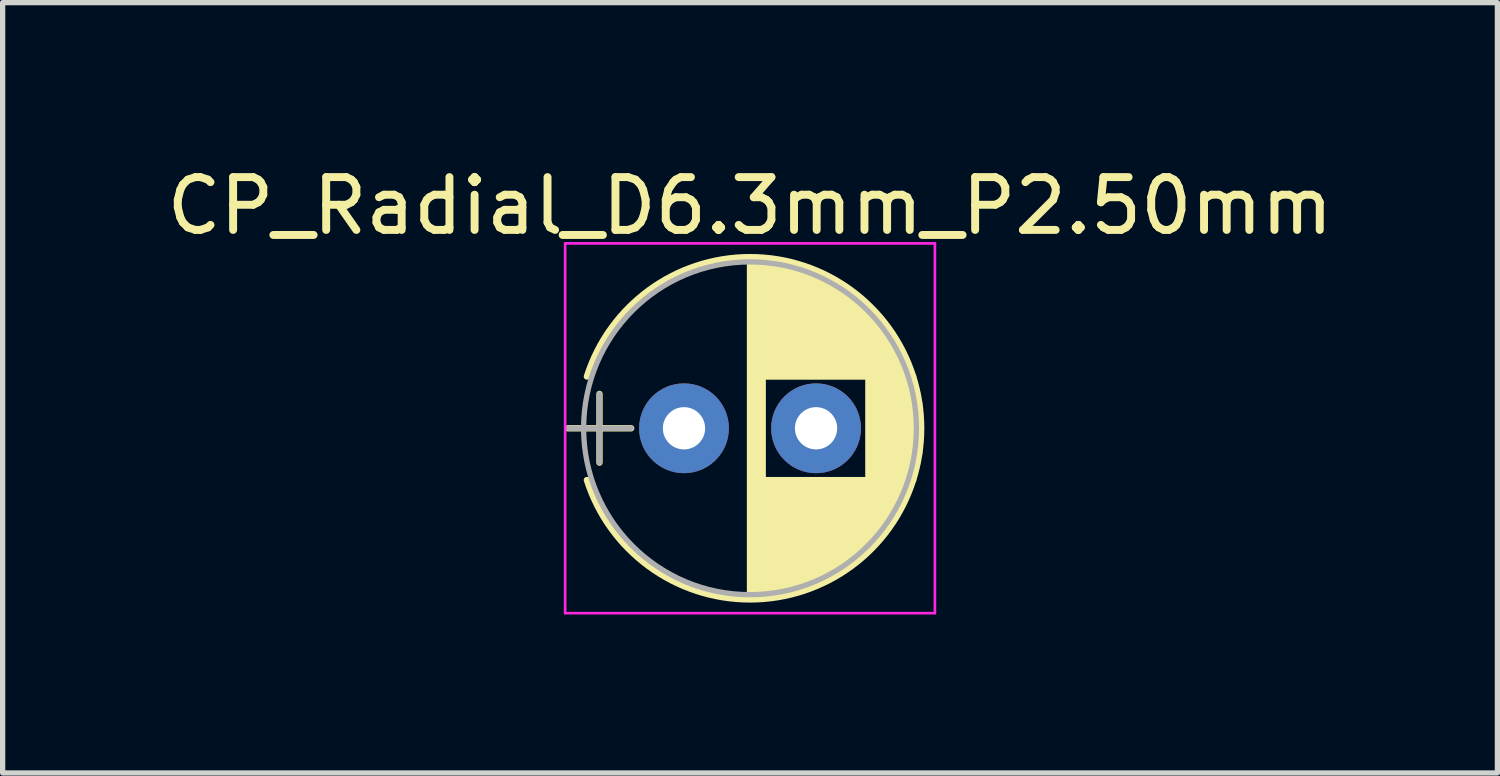
<source format=kicad_pcb>
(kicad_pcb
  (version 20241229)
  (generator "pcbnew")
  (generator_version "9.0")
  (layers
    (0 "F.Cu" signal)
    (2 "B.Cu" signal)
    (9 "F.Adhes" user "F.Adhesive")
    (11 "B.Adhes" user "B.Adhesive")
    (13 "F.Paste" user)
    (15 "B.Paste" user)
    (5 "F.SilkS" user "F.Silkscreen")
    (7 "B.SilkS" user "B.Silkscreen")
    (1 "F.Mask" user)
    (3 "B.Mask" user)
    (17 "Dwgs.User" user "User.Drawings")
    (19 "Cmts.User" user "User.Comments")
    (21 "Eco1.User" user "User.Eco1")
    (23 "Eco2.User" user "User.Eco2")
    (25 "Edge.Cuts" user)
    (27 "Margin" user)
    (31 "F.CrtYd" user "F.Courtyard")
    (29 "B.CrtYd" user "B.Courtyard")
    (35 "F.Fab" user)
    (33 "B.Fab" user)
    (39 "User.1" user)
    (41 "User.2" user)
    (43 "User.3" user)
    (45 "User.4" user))
  (footprint "CP_Radial_D6.3mm_P2.50mm"
    (layer "F.Cu")
    (at 9.899 5.058)
    (property "Reference" "CP_Radial_D6.3mm_P2.50mm" (at 1.25 -4.21 0) (layer "F.SilkS") (effects (font (size 1 1) (thickness 0.15))))
    (attr through_hole)
    (fp_line (start -2.2 0) (end -1 0) (stroke (width 0.12) (type solid)) (layer "F.SilkS"))
    (fp_line (start -1.6 -0.65) (end -1.6 0.65) (stroke (width 0.12) (type solid)) (layer "F.SilkS"))
    (fp_line (start 1.25 -3.2) (end 1.25 3.2) (stroke (width 0.12) (type solid)) (layer "F.SilkS"))
    (fp_line (start 1.29 -3.2) (end 1.29 3.2) (stroke (width 0.12) (type solid)) (layer "F.SilkS"))
    (fp_line (start 1.33 -3.2) (end 1.33 3.2) (stroke (width 0.12) (type solid)) (layer "F.SilkS"))
    (fp_line (start 1.37 -3.198) (end 1.37 3.198) (stroke (width 0.12) (type solid)) (layer "F.SilkS"))
    (fp_line (start 1.41 -3.197) (end 1.41 3.197) (stroke (width 0.12) (type solid)) (layer "F.SilkS"))
    (fp_line (start 1.45 -3.194) (end 1.45 3.194) (stroke (width 0.12) (type solid)) (layer "F.SilkS"))
    (fp_line (start 1.49 -3.192) (end 1.49 3.192) (stroke (width 0.12) (type solid)) (layer "F.SilkS"))
    (fp_line (start 1.53 -3.188) (end 1.53 -0.98) (stroke (width 0.12) (type solid)) (layer "F.SilkS"))
    (fp_line (start 1.53 0.98) (end 1.53 3.188) (stroke (width 0.12) (type solid)) (layer "F.SilkS"))
    (fp_line (start 1.57 -3.185) (end 1.57 -0.98) (stroke (width 0.12) (type solid)) (layer "F.SilkS"))
    (fp_line (start 1.57 0.98) (end 1.57 3.185) (stroke (width 0.12) (type solid)) (layer "F.SilkS"))
    (fp_line (start 1.61 -3.18) (end 1.61 -0.98) (stroke (width 0.12) (type solid)) (layer "F.SilkS"))
    (fp_line (start 1.61 0.98) (end 1.61 3.18) (stroke (width 0.12) (type solid)) (layer "F.SilkS"))
    (fp_line (start 1.65 -3.176) (end 1.65 -0.98) (stroke (width 0.12) (type solid)) (layer "F.SilkS"))
    (fp_line (start 1.65 0.98) (end 1.65 3.176) (stroke (width 0.12) (type solid)) (layer "F.SilkS"))
    (fp_line (start 1.69 -3.17) (end 1.69 -0.98) (stroke (width 0.12) (type solid)) (layer "F.SilkS"))
    (fp_line (start 1.69 0.98) (end 1.69 3.17) (stroke (width 0.12) (type solid)) (layer "F.SilkS"))
    (fp_line (start 1.73 -3.165) (end 1.73 -0.98) (stroke (width 0.12) (type solid)) (layer "F.SilkS"))
    (fp_line (start 1.73 0.98) (end 1.73 3.165) (stroke (width 0.12) (type solid)) (layer "F.SilkS"))
    (fp_line (start 1.77 -3.158) (end 1.77 -0.98) (stroke (width 0.12) (type solid)) (layer "F.SilkS"))
    (fp_line (start 1.77 0.98) (end 1.77 3.158) (stroke (width 0.12) (type solid)) (layer "F.SilkS"))
    (fp_line (start 1.81 -3.152) (end 1.81 -0.98) (stroke (width 0.12) (type solid)) (layer "F.SilkS"))
    (fp_line (start 1.81 0.98) (end 1.81 3.152) (stroke (width 0.12) (type solid)) (layer "F.SilkS"))
    (fp_line (start 1.85 -3.144) (end 1.85 -0.98) (stroke (width 0.12) (type solid)) (layer "F.SilkS"))
    (fp_line (start 1.85 0.98) (end 1.85 3.144) (stroke (width 0.12) (type solid)) (layer "F.SilkS"))
    (fp_line (start 1.89 -3.137) (end 1.89 -0.98) (stroke (width 0.12) (type solid)) (layer "F.SilkS"))
    (fp_line (start 1.89 0.98) (end 1.89 3.137) (stroke (width 0.12) (type solid)) (layer "F.SilkS"))
    (fp_line (start 1.93 -3.128) (end 1.93 -0.98) (stroke (width 0.12) (type solid)) (layer "F.SilkS"))
    (fp_line (start 1.93 0.98) (end 1.93 3.128) (stroke (width 0.12) (type solid)) (layer "F.SilkS"))
    (fp_line (start 1.971 -3.119) (end 1.971 -0.98) (stroke (width 0.12) (type solid)) (layer "F.SilkS"))
    (fp_line (start 1.971 0.98) (end 1.971 3.119) (stroke (width 0.12) (type solid)) (layer "F.SilkS"))
    (fp_line (start 2.011 -3.11) (end 2.011 -0.98) (stroke (width 0.12) (type solid)) (layer "F.SilkS"))
    (fp_line (start 2.011 0.98) (end 2.011 3.11) (stroke (width 0.12) (type solid)) (layer "F.SilkS"))
    (fp_line (start 2.051 -3.1) (end 2.051 -0.98) (stroke (width 0.12) (type solid)) (layer "F.SilkS"))
    (fp_line (start 2.051 0.98) (end 2.051 3.1) (stroke (width 0.12) (type solid)) (layer "F.SilkS"))
    (fp_line (start 2.091 -3.09) (end 2.091 -0.98) (stroke (width 0.12) (type solid)) (layer "F.SilkS"))
    (fp_line (start 2.091 0.98) (end 2.091 3.09) (stroke (width 0.12) (type solid)) (layer "F.SilkS"))
    (fp_line (start 2.131 -3.079) (end 2.131 -0.98) (stroke (width 0.12) (type solid)) (layer "F.SilkS"))
    (fp_line (start 2.131 0.98) (end 2.131 3.079) (stroke (width 0.12) (type solid)) (layer "F.SilkS"))
    (fp_line (start 2.171 -3.067) (end 2.171 -0.98) (stroke (width 0.12) (type solid)) (layer "F.SilkS"))
    (fp_line (start 2.171 0.98) (end 2.171 3.067) (stroke (width 0.12) (type solid)) (layer "F.SilkS"))
    (fp_line (start 2.211 -3.055) (end 2.211 -0.98) (stroke (width 0.12) (type solid)) (layer "F.SilkS"))
    (fp_line (start 2.211 0.98) (end 2.211 3.055) (stroke (width 0.12) (type solid)) (layer "F.SilkS"))
    (fp_line (start 2.251 -3.042) (end 2.251 -0.98) (stroke (width 0.12) (type solid)) (layer "F.SilkS"))
    (fp_line (start 2.251 0.98) (end 2.251 3.042) (stroke (width 0.12) (type solid)) (layer "F.SilkS"))
    (fp_line (start 2.291 -3.029) (end 2.291 -0.98) (stroke (width 0.12) (type solid)) (layer "F.SilkS"))
    (fp_line (start 2.291 0.98) (end 2.291 3.029) (stroke (width 0.12) (type solid)) (layer "F.SilkS"))
    (fp_line (start 2.331 -3.015) (end 2.331 -0.98) (stroke (width 0.12) (type solid)) (layer "F.SilkS"))
    (fp_line (start 2.331 0.98) (end 2.331 3.015) (stroke (width 0.12) (type solid)) (layer "F.SilkS"))
    (fp_line (start 2.371 -3.001) (end 2.371 -0.98) (stroke (width 0.12) (type solid)) (layer "F.SilkS"))
    (fp_line (start 2.371 0.98) (end 2.371 3.001) (stroke (width 0.12) (type solid)) (layer "F.SilkS"))
    (fp_line (start 2.411 -2.986) (end 2.411 -0.98) (stroke (width 0.12) (type solid)) (layer "F.SilkS"))
    (fp_line (start 2.411 0.98) (end 2.411 2.986) (stroke (width 0.12) (type solid)) (layer "F.SilkS"))
    (fp_line (start 2.451 -2.97) (end 2.451 -0.98) (stroke (width 0.12) (type solid)) (layer "F.SilkS"))
    (fp_line (start 2.451 0.98) (end 2.451 2.97) (stroke (width 0.12) (type solid)) (layer "F.SilkS"))
    (fp_line (start 2.491 -2.954) (end 2.491 -0.98) (stroke (width 0.12) (type solid)) (layer "F.SilkS"))
    (fp_line (start 2.491 0.98) (end 2.491 2.954) (stroke (width 0.12) (type solid)) (layer "F.SilkS"))
    (fp_line (start 2.531 -2.937) (end 2.531 -0.98) (stroke (width 0.12) (type solid)) (layer "F.SilkS"))
    (fp_line (start 2.531 0.98) (end 2.531 2.937) (stroke (width 0.12) (type solid)) (layer "F.SilkS"))
    (fp_line (start 2.571 -2.919) (end 2.571 -0.98) (stroke (width 0.12) (type solid)) (layer "F.SilkS"))
    (fp_line (start 2.571 0.98) (end 2.571 2.919) (stroke (width 0.12) (type solid)) (layer "F.SilkS"))
    (fp_line (start 2.611 -2.901) (end 2.611 -0.98) (stroke (width 0.12) (type solid)) (layer "F.SilkS"))
    (fp_line (start 2.611 0.98) (end 2.611 2.901) (stroke (width 0.12) (type solid)) (layer "F.SilkS"))
    (fp_line (start 2.651 -2.882) (end 2.651 -0.98) (stroke (width 0.12) (type solid)) (layer "F.SilkS"))
    (fp_line (start 2.651 0.98) (end 2.651 2.882) (stroke (width 0.12) (type solid)) (layer "F.SilkS"))
    (fp_line (start 2.691 -2.863) (end 2.691 -0.98) (stroke (width 0.12) (type solid)) (layer "F.SilkS"))
    (fp_line (start 2.691 0.98) (end 2.691 2.863) (stroke (width 0.12) (type solid)) (layer "F.SilkS"))
    (fp_line (start 2.731 -2.843) (end 2.731 -0.98) (stroke (width 0.12) (type solid)) (layer "F.SilkS"))
    (fp_line (start 2.731 0.98) (end 2.731 2.843) (stroke (width 0.12) (type solid)) (layer "F.SilkS"))
    (fp_line (start 2.771 -2.822) (end 2.771 -0.98) (stroke (width 0.12) (type solid)) (layer "F.SilkS"))
    (fp_line (start 2.771 0.98) (end 2.771 2.822) (stroke (width 0.12) (type solid)) (layer "F.SilkS"))
    (fp_line (start 2.811 -2.8) (end 2.811 -0.98) (stroke (width 0.12) (type solid)) (layer "F.SilkS"))
    (fp_line (start 2.811 0.98) (end 2.811 2.8) (stroke (width 0.12) (type solid)) (layer "F.SilkS"))
    (fp_line (start 2.851 -2.778) (end 2.851 -0.98) (stroke (width 0.12) (type solid)) (layer "F.SilkS"))
    (fp_line (start 2.851 0.98) (end 2.851 2.778) (stroke (width 0.12) (type solid)) (layer "F.SilkS"))
    (fp_line (start 2.891 -2.755) (end 2.891 -0.98) (stroke (width 0.12) (type solid)) (layer "F.SilkS"))
    (fp_line (start 2.891 0.98) (end 2.891 2.755) (stroke (width 0.12) (type solid)) (layer "F.SilkS"))
    (fp_line (start 2.931 -2.731) (end 2.931 -0.98) (stroke (width 0.12) (type solid)) (layer "F.SilkS"))
    (fp_line (start 2.931 0.98) (end 2.931 2.731) (stroke (width 0.12) (type solid)) (layer "F.SilkS"))
    (fp_line (start 2.971 -2.706) (end 2.971 -0.98) (stroke (width 0.12) (type solid)) (layer "F.SilkS"))
    (fp_line (start 2.971 0.98) (end 2.971 2.706) (stroke (width 0.12) (type solid)) (layer "F.SilkS"))
    (fp_line (start 3.011 -2.681) (end 3.011 -0.98) (stroke (width 0.12) (type solid)) (layer "F.SilkS"))
    (fp_line (start 3.011 0.98) (end 3.011 2.681) (stroke (width 0.12) (type solid)) (layer "F.SilkS"))
    (fp_line (start 3.051 -2.654) (end 3.051 -0.98) (stroke (width 0.12) (type solid)) (layer "F.SilkS"))
    (fp_line (start 3.051 0.98) (end 3.051 2.654) (stroke (width 0.12) (type solid)) (layer "F.SilkS"))
    (fp_line (start 3.091 -2.627) (end 3.091 -0.98) (stroke (width 0.12) (type solid)) (layer "F.SilkS"))
    (fp_line (start 3.091 0.98) (end 3.091 2.627) (stroke (width 0.12) (type solid)) (layer "F.SilkS"))
    (fp_line (start 3.131 -2.599) (end 3.131 -0.98) (stroke (width 0.12) (type solid)) (layer "F.SilkS"))
    (fp_line (start 3.131 0.98) (end 3.131 2.599) (stroke (width 0.12) (type solid)) (layer "F.SilkS"))
    (fp_line (start 3.171 -2.57) (end 3.171 -0.98) (stroke (width 0.12) (type solid)) (layer "F.SilkS"))
    (fp_line (start 3.171 0.98) (end 3.171 2.57) (stroke (width 0.12) (type solid)) (layer "F.SilkS"))
    (fp_line (start 3.211 -2.54) (end 3.211 -0.98) (stroke (width 0.12) (type solid)) (layer "F.SilkS"))
    (fp_line (start 3.211 0.98) (end 3.211 2.54) (stroke (width 0.12) (type solid)) (layer "F.SilkS"))
    (fp_line (start 3.251 -2.51) (end 3.251 -0.98) (stroke (width 0.12) (type solid)) (layer "F.SilkS"))
    (fp_line (start 3.251 0.98) (end 3.251 2.51) (stroke (width 0.12) (type solid)) (layer "F.SilkS"))
    (fp_line (start 3.291 -2.478) (end 3.291 -0.98) (stroke (width 0.12) (type solid)) (layer "F.SilkS"))
    (fp_line (start 3.291 0.98) (end 3.291 2.478) (stroke (width 0.12) (type solid)) (layer "F.SilkS"))
    (fp_line (start 3.331 -2.445) (end 3.331 -0.98) (stroke (width 0.12) (type solid)) (layer "F.SilkS"))
    (fp_line (start 3.331 0.98) (end 3.331 2.445) (stroke (width 0.12) (type solid)) (layer "F.SilkS"))
    (fp_line (start 3.371 -2.411) (end 3.371 -0.98) (stroke (width 0.12) (type solid)) (layer "F.SilkS"))
    (fp_line (start 3.371 0.98) (end 3.371 2.411) (stroke (width 0.12) (type solid)) (layer "F.SilkS"))
    (fp_line (start 3.411 -2.375) (end 3.411 -0.98) (stroke (width 0.12) (type solid)) (layer "F.SilkS"))
    (fp_line (start 3.411 0.98) (end 3.411 2.375) (stroke (width 0.12) (type solid)) (layer "F.SilkS"))
    (fp_line (start 3.451 -2.339) (end 3.451 -0.98) (stroke (width 0.12) (type solid)) (layer "F.SilkS"))
    (fp_line (start 3.451 0.98) (end 3.451 2.339) (stroke (width 0.12) (type solid)) (layer "F.SilkS"))
    (fp_line (start 3.491 -2.301) (end 3.491 2.301) (stroke (width 0.12) (type solid)) (layer "F.SilkS"))
    (fp_line (start 3.531 -2.262) (end 3.531 2.262) (stroke (width 0.12) (type solid)) (layer "F.SilkS"))
    (fp_line (start 3.571 -2.222) (end 3.571 2.222) (stroke (width 0.12) (type solid)) (layer "F.SilkS"))
    (fp_line (start 3.611 -2.18) (end 3.611 2.18) (stroke (width 0.12) (type solid)) (layer "F.SilkS"))
    (fp_line (start 3.651 -2.137) (end 3.651 2.137) (stroke (width 0.12) (type solid)) (layer "F.SilkS"))
    (fp_line (start 3.691 -2.092) (end 3.691 2.092) (stroke (width 0.12) (type solid)) (layer "F.SilkS"))
    (fp_line (start 3.731 -2.045) (end 3.731 2.045) (stroke (width 0.12) (type solid)) (layer "F.SilkS"))
    (fp_line (start 3.771 -1.997) (end 3.771 1.997) (stroke (width 0.12) (type solid)) (layer "F.SilkS"))
    (fp_line (start 3.811 -1.946) (end 3.811 1.946) (stroke (width 0.12) (type solid)) (layer "F.SilkS"))
    (fp_line (start 3.851 -1.894) (end 3.851 1.894) (stroke (width 0.12) (type solid)) (layer "F.SilkS"))
    (fp_line (start 3.891 -1.839) (end 3.891 1.839) (stroke (width 0.12) (type solid)) (layer "F.SilkS"))
    (fp_line (start 3.931 -1.781) (end 3.931 1.781) (stroke (width 0.12) (type solid)) (layer "F.SilkS"))
    (fp_line (start 3.971 -1.721) (end 3.971 1.721) (stroke (width 0.12) (type solid)) (layer "F.SilkS"))
    (fp_line (start 4.011 -1.658) (end 4.011 1.658) (stroke (width 0.12) (type solid)) (layer "F.SilkS"))
    (fp_line (start 4.051 -1.591) (end 4.051 1.591) (stroke (width 0.12) (type solid)) (layer "F.SilkS"))
    (fp_line (start 4.091 -1.52) (end 4.091 1.52) (stroke (width 0.12) (type solid)) (layer "F.SilkS"))
    (fp_line (start 4.131 -1.445) (end 4.131 1.445) (stroke (width 0.12) (type solid)) (layer "F.SilkS"))
    (fp_line (start 4.171 -1.364) (end 4.171 1.364) (stroke (width 0.12) (type solid)) (layer "F.SilkS"))
    (fp_line (start 4.211 -1.278) (end 4.211 1.278) (stroke (width 0.12) (type solid)) (layer "F.SilkS"))
    (fp_line (start 4.251 -1.184) (end 4.251 1.184) (stroke (width 0.12) (type solid)) (layer "F.SilkS"))
    (fp_line (start 4.291 -1.081) (end 4.291 1.081) (stroke (width 0.12) (type solid)) (layer "F.SilkS"))
    (fp_line (start 4.331 -0.966) (end 4.331 0.966) (stroke (width 0.12) (type solid)) (layer "F.SilkS"))
    (fp_line (start 4.371 -0.834) (end 4.371 0.834) (stroke (width 0.12) (type solid)) (layer "F.SilkS"))
    (fp_line (start 4.411 -0.676) (end 4.411 0.676) (stroke (width 0.12) (type solid)) (layer "F.SilkS"))
    (fp_line (start 4.451 -0.468) (end 4.451 0.468) (stroke (width 0.12) (type solid)) (layer "F.SilkS"))
    (fp_arc (start -1.838236 -0.98) (mid 1.250337 -3.24) (end 4.33844 -0.979357) (stroke (width 0.12) (type solid)) (layer "F.SilkS"))
    (fp_arc (start 4.338236 -0.98) (mid 4.49 -0.000337) (end 4.33844 0.979357) (stroke (width 0.12) (type solid)) (layer "F.SilkS"))
    (fp_arc (start 4.33844 0.979357) (mid 1.250337 3.24) (end -1.838236 0.98) (stroke (width 0.12) (type solid)) (layer "F.SilkS"))
    (fp_line (start -2.25 -3.5) (end -2.25 3.5) (stroke (width 0.05) (type solid)) (layer "F.CrtYd"))
    (fp_line (start -2.25 3.5) (end 4.75 3.5) (stroke (width 0.05) (type solid)) (layer "F.CrtYd"))
    (fp_line (start 4.75 -3.5) (end -2.25 -3.5) (stroke (width 0.05) (type solid)) (layer "F.CrtYd"))
    (fp_line (start 4.75 3.5) (end 4.75 -3.5) (stroke (width 0.05) (type solid)) (layer "F.CrtYd"))
    (fp_line (start -2.2 0) (end -1 0) (stroke (width 0.1) (type solid)) (layer "F.Fab"))
    (fp_line (start -1.6 -0.65) (end -1.6 0.65) (stroke (width 0.1) (type solid)) (layer "F.Fab"))
    (fp_circle (center 1.25 0) (end 4.4 0) (stroke (width 0.1) (type solid)) (fill no) (layer "F.Fab"))
    (pad "1" thru_hole circle (at 0 0) (size 1.7 1.7) (drill 0.8) (layers "*.Cu" "*.Mask"))
    (pad "2" thru_hole circle (at 2.5 0) (size 1.7 1.7) (drill 0.8) (layers "*.Cu" "*.Mask")))
  (gr_rect
    (start -3 -3)
    (end 25.298 11.583)
    (stroke (width 0.1) (type default))
    (fill no)
    (layer "Edge.Cuts")))
</source>
